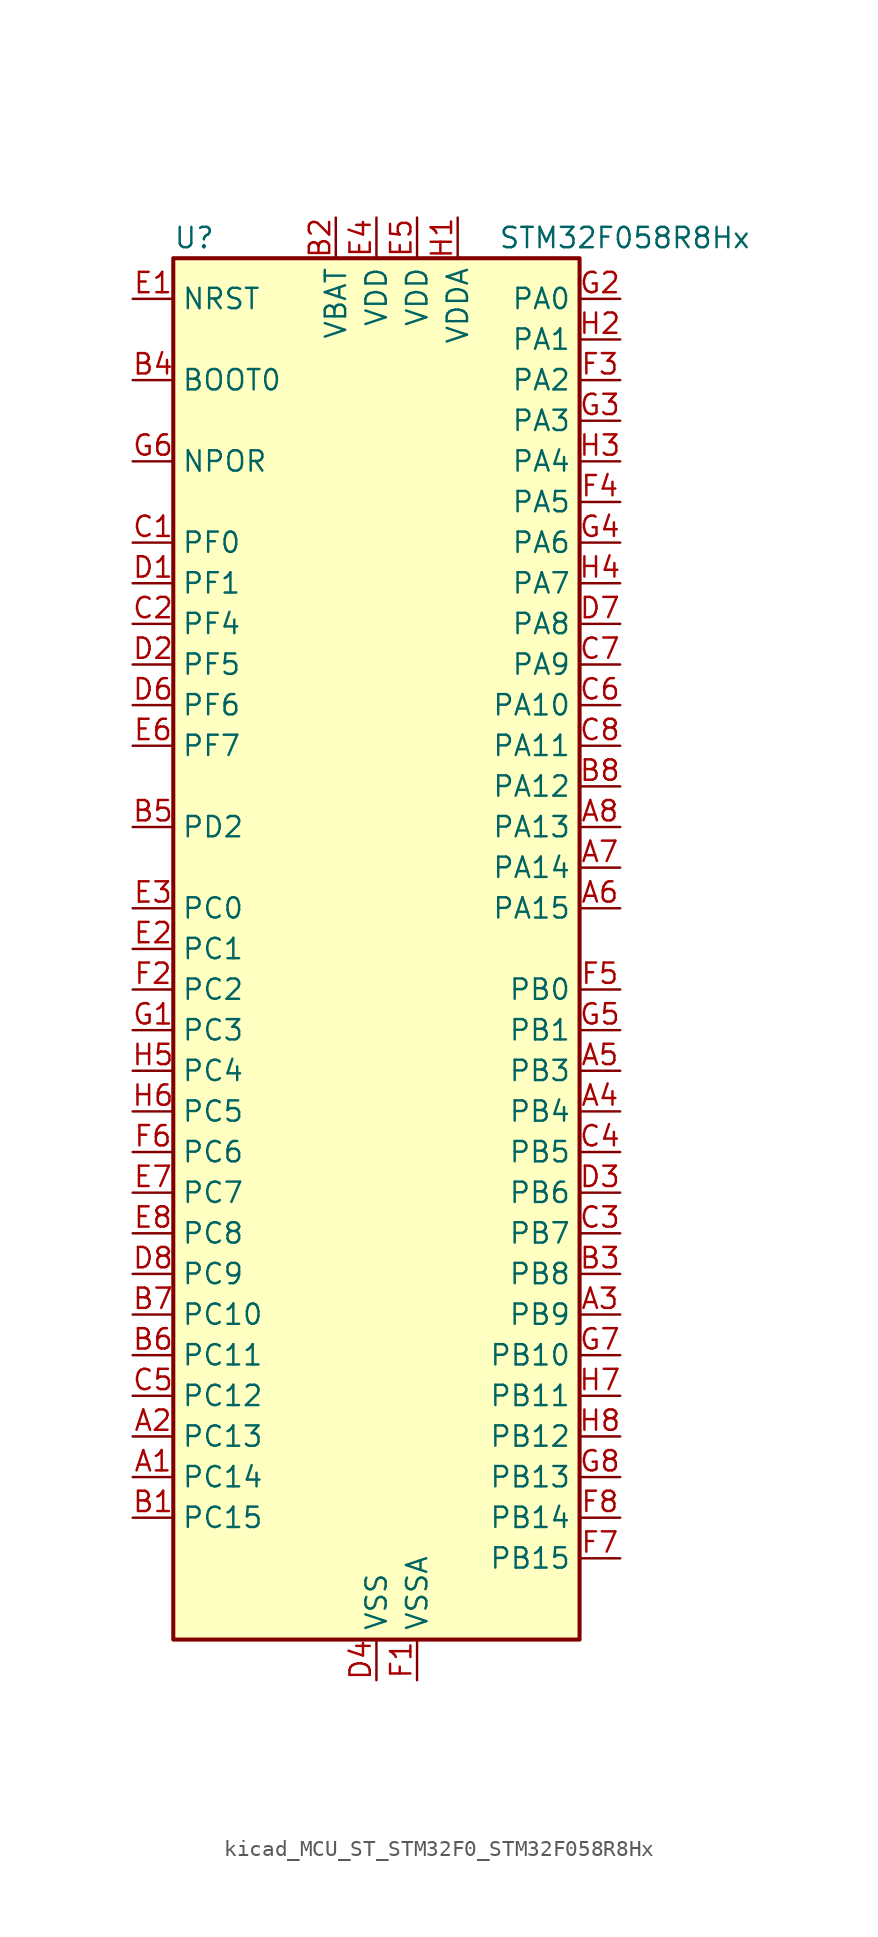
<source format=kicad_sym>
(kicad_symbol_lib
  (version 20220914)
  (generator kicad_symbol_editor)
  (symbol "kicad_MCU_ST_STM32F0_STM32F058R8Hx"
    (property "Reference" "U"
      (at -12.7 44.45 0)
      (effects (font (size 1.27 1.27)) (justify left)))
    (property "Value" "STM32F058R8Hx"
      (at 7.62 44.45 0)
      (effects (font (size 1.27 1.27)) (justify left)))
    (property "ki_locked" ""
      (at 0 0 0)
      (effects (font (size 1.27 1.27))))
    (symbol "kicad_MCU_ST_STM32F0_STM32F058R8Hx_0_1"
      (rectangle (start -12.7 -43.18) (end 12.7 43.18) (stroke (width 0.254) (type default)) (fill (type background))))
    (symbol "kicad_MCU_ST_STM32F0_STM32F058R8Hx_1_1"
      (pin bidirectional line (at -15.24 -33.02 0) (length 2.54) (name "PC14" (effects (font (size 1.27 1.27)))) (number "A1" (effects (font (size 1.27 1.27)))) (alternate "RCC_OSC32_IN" bidirectional line))
      (pin bidirectional line (at -15.24 -30.48 0) (length 2.54) (name "PC13" (effects (font (size 1.27 1.27)))) (number "A2" (effects (font (size 1.27 1.27)))) (alternate "RTC_OUT_ALARM" bidirectional line) (alternate "RTC_OUT_CALIB" bidirectional line) (alternate "RTC_TAMP1" bidirectional line) (alternate "RTC_TS" bidirectional line) (alternate "SYS_WKUP2" bidirectional line))
      (pin bidirectional line (at 15.24 -22.86 180) (length 2.54) (name "PB9" (effects (font (size 1.27 1.27)))) (number "A3" (effects (font (size 1.27 1.27)))) (alternate "DAC1_EXTI9" bidirectional line) (alternate "I2C1_SDA" bidirectional line) (alternate "IR_OUT" bidirectional line) (alternate "TIM17_CH1" bidirectional line))
      (pin bidirectional line (at 15.24 -10.16 180) (length 2.54) (name "PB4" (effects (font (size 1.27 1.27)))) (number "A4" (effects (font (size 1.27 1.27)))) (alternate "I2S1_MCK" bidirectional line) (alternate "SPI1_MISO" bidirectional line) (alternate "TIM3_CH1" bidirectional line) (alternate "TSC_G5_IO2" bidirectional line))
      (pin bidirectional line (at 15.24 -7.62 180) (length 2.54) (name "PB3" (effects (font (size 1.27 1.27)))) (number "A5" (effects (font (size 1.27 1.27)))) (alternate "I2S1_CK" bidirectional line) (alternate "SPI1_SCK" bidirectional line) (alternate "TIM2_CH2" bidirectional line) (alternate "TSC_G5_IO1" bidirectional line))
      (pin bidirectional line (at 15.24 2.54 180) (length 2.54) (name "PA15" (effects (font (size 1.27 1.27)))) (number "A6" (effects (font (size 1.27 1.27)))) (alternate "I2S1_WS" bidirectional line) (alternate "SPI1_NSS" bidirectional line) (alternate "TIM2_CH1" bidirectional line) (alternate "TIM2_ETR" bidirectional line) (alternate "USART2_RX" bidirectional line))
      (pin bidirectional line (at 15.24 5.08 180) (length 2.54) (name "PA14" (effects (font (size 1.27 1.27)))) (number "A7" (effects (font (size 1.27 1.27)))) (alternate "SYS_SWCLK" bidirectional line) (alternate "USART2_TX" bidirectional line))
      (pin bidirectional line (at 15.24 7.62 180) (length 2.54) (name "PA13" (effects (font (size 1.27 1.27)))) (number "A8" (effects (font (size 1.27 1.27)))) (alternate "IR_OUT" bidirectional line) (alternate "SYS_SWDIO" bidirectional line))
      (pin bidirectional line (at -15.24 -35.56 0) (length 2.54) (name "PC15" (effects (font (size 1.27 1.27)))) (number "B1" (effects (font (size 1.27 1.27)))) (alternate "RCC_OSC32_OUT" bidirectional line))
      (pin power_in line (at -2.54 45.72 270) (length 2.54) (name "VBAT" (effects (font (size 1.27 1.27)))) (number "B2" (effects (font (size 1.27 1.27)))))
      (pin bidirectional line (at 15.24 -20.32 180) (length 2.54) (name "PB8" (effects (font (size 1.27 1.27)))) (number "B3" (effects (font (size 1.27 1.27)))) (alternate "CEC" bidirectional line) (alternate "I2C1_SCL" bidirectional line) (alternate "TIM16_CH1" bidirectional line) (alternate "TSC_SYNC" bidirectional line))
      (pin input line (at -15.24 35.56 0) (length 2.54) (name "BOOT0" (effects (font (size 1.27 1.27)))) (number "B4" (effects (font (size 1.27 1.27)))))
      (pin bidirectional line (at -15.24 7.62 0) (length 2.54) (name "PD2" (effects (font (size 1.27 1.27)))) (number "B5" (effects (font (size 1.27 1.27)))) (alternate "TIM3_ETR" bidirectional line))
      (pin bidirectional line (at -15.24 -25.4 0) (length 2.54) (name "PC11" (effects (font (size 1.27 1.27)))) (number "B6" (effects (font (size 1.27 1.27)))))
      (pin bidirectional line (at -15.24 -22.86 0) (length 2.54) (name "PC10" (effects (font (size 1.27 1.27)))) (number "B7" (effects (font (size 1.27 1.27)))))
      (pin bidirectional line (at 15.24 10.16 180) (length 2.54) (name "PA12" (effects (font (size 1.27 1.27)))) (number "B8" (effects (font (size 1.27 1.27)))) (alternate "COMP2_OUT" bidirectional line) (alternate "TIM1_ETR" bidirectional line) (alternate "TSC_G4_IO4" bidirectional line) (alternate "USART1_DE" bidirectional line) (alternate "USART1_RTS" bidirectional line))
      (pin bidirectional line (at -15.24 25.4 0) (length 2.54) (name "PF0" (effects (font (size 1.27 1.27)))) (number "C1" (effects (font (size 1.27 1.27)))) (alternate "RCC_OSC_IN" bidirectional line))
      (pin bidirectional line (at -15.24 20.32 0) (length 2.54) (name "PF4" (effects (font (size 1.27 1.27)))) (number "C2" (effects (font (size 1.27 1.27)))))
      (pin bidirectional line (at 15.24 -17.78 180) (length 2.54) (name "PB7" (effects (font (size 1.27 1.27)))) (number "C3" (effects (font (size 1.27 1.27)))) (alternate "I2C1_SDA" bidirectional line) (alternate "TIM17_CH1N" bidirectional line) (alternate "TSC_G5_IO4" bidirectional line) (alternate "USART1_RX" bidirectional line))
      (pin bidirectional line (at 15.24 -12.7 180) (length 2.54) (name "PB5" (effects (font (size 1.27 1.27)))) (number "C4" (effects (font (size 1.27 1.27)))) (alternate "I2C1_SMBA" bidirectional line) (alternate "I2S1_SD" bidirectional line) (alternate "SPI1_MOSI" bidirectional line) (alternate "TIM16_BKIN" bidirectional line) (alternate "TIM3_CH2" bidirectional line))
      (pin bidirectional line (at -15.24 -27.94 0) (length 2.54) (name "PC12" (effects (font (size 1.27 1.27)))) (number "C5" (effects (font (size 1.27 1.27)))))
      (pin bidirectional line (at 15.24 15.24 180) (length 2.54) (name "PA10" (effects (font (size 1.27 1.27)))) (number "C6" (effects (font (size 1.27 1.27)))) (alternate "TIM17_BKIN" bidirectional line) (alternate "TIM1_CH3" bidirectional line) (alternate "TSC_G4_IO2" bidirectional line) (alternate "USART1_RX" bidirectional line))
      (pin bidirectional line (at 15.24 17.78 180) (length 2.54) (name "PA9" (effects (font (size 1.27 1.27)))) (number "C7" (effects (font (size 1.27 1.27)))) (alternate "DAC1_EXTI9" bidirectional line) (alternate "TIM15_BKIN" bidirectional line) (alternate "TIM1_CH2" bidirectional line) (alternate "TSC_G4_IO1" bidirectional line) (alternate "USART1_TX" bidirectional line))
      (pin bidirectional line (at 15.24 12.7 180) (length 2.54) (name "PA11" (effects (font (size 1.27 1.27)))) (number "C8" (effects (font (size 1.27 1.27)))) (alternate "COMP1_OUT" bidirectional line) (alternate "TIM1_CH4" bidirectional line) (alternate "TSC_G4_IO3" bidirectional line) (alternate "USART1_CTS" bidirectional line))
      (pin bidirectional line (at -15.24 22.86 0) (length 2.54) (name "PF1" (effects (font (size 1.27 1.27)))) (number "D1" (effects (font (size 1.27 1.27)))) (alternate "RCC_OSC_OUT" bidirectional line))
      (pin bidirectional line (at -15.24 17.78 0) (length 2.54) (name "PF5" (effects (font (size 1.27 1.27)))) (number "D2" (effects (font (size 1.27 1.27)))))
      (pin bidirectional line (at 15.24 -15.24 180) (length 2.54) (name "PB6" (effects (font (size 1.27 1.27)))) (number "D3" (effects (font (size 1.27 1.27)))) (alternate "I2C1_SCL" bidirectional line) (alternate "TIM16_CH1N" bidirectional line) (alternate "TSC_G5_IO3" bidirectional line) (alternate "USART1_TX" bidirectional line))
      (pin power_in line (at 0 -45.72 90) (length 2.54) (name "VSS" (effects (font (size 1.27 1.27)))) (number "D4" (effects (font (size 1.27 1.27)))))
      (pin passive line (at 0 -45.72 90) (length 2.54) hide (name "VSS" (effects (font (size 1.27 1.27)))) (number "D5" (effects (font (size 1.27 1.27)))))
      (pin bidirectional line (at -15.24 15.24 0) (length 2.54) (name "PF6" (effects (font (size 1.27 1.27)))) (number "D6" (effects (font (size 1.27 1.27)))) (alternate "I2C2_SCL" bidirectional line))
      (pin bidirectional line (at 15.24 20.32 180) (length 2.54) (name "PA8" (effects (font (size 1.27 1.27)))) (number "D7" (effects (font (size 1.27 1.27)))) (alternate "RCC_MCO" bidirectional line) (alternate "TIM1_CH1" bidirectional line) (alternate "USART1_CK" bidirectional line))
      (pin bidirectional line (at -15.24 -20.32 0) (length 2.54) (name "PC9" (effects (font (size 1.27 1.27)))) (number "D8" (effects (font (size 1.27 1.27)))) (alternate "DAC1_EXTI9" bidirectional line) (alternate "TIM3_CH4" bidirectional line))
      (pin input line (at -15.24 40.64 0) (length 2.54) (name "NRST" (effects (font (size 1.27 1.27)))) (number "E1" (effects (font (size 1.27 1.27)))))
      (pin bidirectional line (at -15.24 0 0) (length 2.54) (name "PC1" (effects (font (size 1.27 1.27)))) (number "E2" (effects (font (size 1.27 1.27)))) (alternate "ADC_IN11" bidirectional line))
      (pin bidirectional line (at -15.24 2.54 0) (length 2.54) (name "PC0" (effects (font (size 1.27 1.27)))) (number "E3" (effects (font (size 1.27 1.27)))) (alternate "ADC_IN10" bidirectional line))
      (pin power_in line (at 0 45.72 270) (length 2.54) (name "VDD" (effects (font (size 1.27 1.27)))) (number "E4" (effects (font (size 1.27 1.27)))))
      (pin power_in line (at 2.54 45.72 270) (length 2.54) (name "VDD" (effects (font (size 1.27 1.27)))) (number "E5" (effects (font (size 1.27 1.27)))))
      (pin bidirectional line (at -15.24 12.7 0) (length 2.54) (name "PF7" (effects (font (size 1.27 1.27)))) (number "E6" (effects (font (size 1.27 1.27)))) (alternate "I2C2_SDA" bidirectional line))
      (pin bidirectional line (at -15.24 -15.24 0) (length 2.54) (name "PC7" (effects (font (size 1.27 1.27)))) (number "E7" (effects (font (size 1.27 1.27)))) (alternate "TIM3_CH2" bidirectional line))
      (pin bidirectional line (at -15.24 -17.78 0) (length 2.54) (name "PC8" (effects (font (size 1.27 1.27)))) (number "E8" (effects (font (size 1.27 1.27)))) (alternate "TIM3_CH3" bidirectional line))
      (pin power_in line (at 2.54 -45.72 90) (length 2.54) (name "VSSA" (effects (font (size 1.27 1.27)))) (number "F1" (effects (font (size 1.27 1.27)))))
      (pin bidirectional line (at -15.24 -2.54 0) (length 2.54) (name "PC2" (effects (font (size 1.27 1.27)))) (number "F2" (effects (font (size 1.27 1.27)))) (alternate "ADC_IN12" bidirectional line))
      (pin bidirectional line (at 15.24 35.56 180) (length 2.54) (name "PA2" (effects (font (size 1.27 1.27)))) (number "F3" (effects (font (size 1.27 1.27)))) (alternate "ADC_IN2" bidirectional line) (alternate "COMP2_INM" bidirectional line) (alternate "COMP2_OUT" bidirectional line) (alternate "TIM15_CH1" bidirectional line) (alternate "TIM2_CH3" bidirectional line) (alternate "TSC_G1_IO3" bidirectional line) (alternate "USART2_TX" bidirectional line))
      (pin bidirectional line (at 15.24 27.94 180) (length 2.54) (name "PA5" (effects (font (size 1.27 1.27)))) (number "F4" (effects (font (size 1.27 1.27)))) (alternate "ADC_IN5" bidirectional line) (alternate "CEC" bidirectional line) (alternate "COMP1_INM" bidirectional line) (alternate "COMP2_INM" bidirectional line) (alternate "I2S1_CK" bidirectional line) (alternate "SPI1_SCK" bidirectional line) (alternate "TIM2_CH1" bidirectional line) (alternate "TIM2_ETR" bidirectional line) (alternate "TSC_G2_IO2" bidirectional line))
      (pin bidirectional line (at 15.24 -2.54 180) (length 2.54) (name "PB0" (effects (font (size 1.27 1.27)))) (number "F5" (effects (font (size 1.27 1.27)))) (alternate "ADC_IN8" bidirectional line) (alternate "TIM1_CH2N" bidirectional line) (alternate "TIM3_CH3" bidirectional line) (alternate "TSC_G3_IO2" bidirectional line))
      (pin bidirectional line (at -15.24 -12.7 0) (length 2.54) (name "PC6" (effects (font (size 1.27 1.27)))) (number "F6" (effects (font (size 1.27 1.27)))) (alternate "TIM3_CH1" bidirectional line))
      (pin bidirectional line (at 15.24 -38.1 180) (length 2.54) (name "PB15" (effects (font (size 1.27 1.27)))) (number "F7" (effects (font (size 1.27 1.27)))) (alternate "RTC_REFIN" bidirectional line) (alternate "SPI2_MOSI" bidirectional line) (alternate "TIM15_CH1N" bidirectional line) (alternate "TIM15_CH2" bidirectional line) (alternate "TIM1_CH3N" bidirectional line))
      (pin bidirectional line (at 15.24 -35.56 180) (length 2.54) (name "PB14" (effects (font (size 1.27 1.27)))) (number "F8" (effects (font (size 1.27 1.27)))) (alternate "SPI2_MISO" bidirectional line) (alternate "TIM15_CH1" bidirectional line) (alternate "TIM1_CH2N" bidirectional line) (alternate "TSC_G6_IO4" bidirectional line))
      (pin bidirectional line (at -15.24 -5.08 0) (length 2.54) (name "PC3" (effects (font (size 1.27 1.27)))) (number "G1" (effects (font (size 1.27 1.27)))) (alternate "ADC_IN13" bidirectional line))
      (pin bidirectional line (at 15.24 40.64 180) (length 2.54) (name "PA0" (effects (font (size 1.27 1.27)))) (number "G2" (effects (font (size 1.27 1.27)))) (alternate "ADC_IN0" bidirectional line) (alternate "COMP1_INM" bidirectional line) (alternate "COMP1_OUT" bidirectional line) (alternate "RTC_TAMP2" bidirectional line) (alternate "SYS_WKUP1" bidirectional line) (alternate "TIM2_CH1" bidirectional line) (alternate "TIM2_ETR" bidirectional line) (alternate "TSC_G1_IO1" bidirectional line) (alternate "USART2_CTS" bidirectional line))
      (pin bidirectional line (at 15.24 33.02 180) (length 2.54) (name "PA3" (effects (font (size 1.27 1.27)))) (number "G3" (effects (font (size 1.27 1.27)))) (alternate "ADC_IN3" bidirectional line) (alternate "COMP2_INP" bidirectional line) (alternate "TIM15_CH2" bidirectional line) (alternate "TIM2_CH4" bidirectional line) (alternate "TSC_G1_IO4" bidirectional line) (alternate "USART2_RX" bidirectional line))
      (pin bidirectional line (at 15.24 25.4 180) (length 2.54) (name "PA6" (effects (font (size 1.27 1.27)))) (number "G4" (effects (font (size 1.27 1.27)))) (alternate "ADC_IN6" bidirectional line) (alternate "COMP1_OUT" bidirectional line) (alternate "I2S1_MCK" bidirectional line) (alternate "SPI1_MISO" bidirectional line) (alternate "TIM16_CH1" bidirectional line) (alternate "TIM1_BKIN" bidirectional line) (alternate "TIM3_CH1" bidirectional line) (alternate "TSC_G2_IO3" bidirectional line))
      (pin bidirectional line (at 15.24 -5.08 180) (length 2.54) (name "PB1" (effects (font (size 1.27 1.27)))) (number "G5" (effects (font (size 1.27 1.27)))) (alternate "ADC_IN9" bidirectional line) (alternate "TIM14_CH1" bidirectional line) (alternate "TIM1_CH3N" bidirectional line) (alternate "TIM3_CH4" bidirectional line) (alternate "TSC_G3_IO3" bidirectional line))
      (pin input line (at -15.24 30.48 0) (length 2.54) (name "NPOR" (effects (font (size 1.27 1.27)))) (number "G6" (effects (font (size 1.27 1.27)))))
      (pin bidirectional line (at 15.24 -25.4 180) (length 2.54) (name "PB10" (effects (font (size 1.27 1.27)))) (number "G7" (effects (font (size 1.27 1.27)))) (alternate "CEC" bidirectional line) (alternate "I2C2_SCL" bidirectional line) (alternate "TIM2_CH3" bidirectional line) (alternate "TSC_SYNC" bidirectional line))
      (pin bidirectional line (at 15.24 -33.02 180) (length 2.54) (name "PB13" (effects (font (size 1.27 1.27)))) (number "G8" (effects (font (size 1.27 1.27)))) (alternate "SPI2_SCK" bidirectional line) (alternate "TIM1_CH1N" bidirectional line) (alternate "TSC_G6_IO3" bidirectional line))
      (pin power_in line (at 5.08 45.72 270) (length 2.54) (name "VDDA" (effects (font (size 1.27 1.27)))) (number "H1" (effects (font (size 1.27 1.27)))))
      (pin bidirectional line (at 15.24 38.1 180) (length 2.54) (name "PA1" (effects (font (size 1.27 1.27)))) (number "H2" (effects (font (size 1.27 1.27)))) (alternate "ADC_IN1" bidirectional line) (alternate "COMP1_INP" bidirectional line) (alternate "TIM2_CH2" bidirectional line) (alternate "TSC_G1_IO2" bidirectional line) (alternate "USART2_DE" bidirectional line) (alternate "USART2_RTS" bidirectional line))
      (pin bidirectional line (at 15.24 30.48 180) (length 2.54) (name "PA4" (effects (font (size 1.27 1.27)))) (number "H3" (effects (font (size 1.27 1.27)))) (alternate "ADC_IN4" bidirectional line) (alternate "COMP1_INM" bidirectional line) (alternate "COMP2_INM" bidirectional line) (alternate "DAC1_OUT1" bidirectional line) (alternate "I2S1_WS" bidirectional line) (alternate "SPI1_NSS" bidirectional line) (alternate "TIM14_CH1" bidirectional line) (alternate "TSC_G2_IO1" bidirectional line) (alternate "USART2_CK" bidirectional line))
      (pin bidirectional line (at 15.24 22.86 180) (length 2.54) (name "PA7" (effects (font (size 1.27 1.27)))) (number "H4" (effects (font (size 1.27 1.27)))) (alternate "ADC_IN7" bidirectional line) (alternate "COMP2_OUT" bidirectional line) (alternate "I2S1_SD" bidirectional line) (alternate "SPI1_MOSI" bidirectional line) (alternate "TIM14_CH1" bidirectional line) (alternate "TIM17_CH1" bidirectional line) (alternate "TIM1_CH1N" bidirectional line) (alternate "TIM3_CH2" bidirectional line) (alternate "TSC_G2_IO4" bidirectional line))
      (pin bidirectional line (at -15.24 -7.62 0) (length 2.54) (name "PC4" (effects (font (size 1.27 1.27)))) (number "H5" (effects (font (size 1.27 1.27)))) (alternate "ADC_IN14" bidirectional line))
      (pin bidirectional line (at -15.24 -10.16 0) (length 2.54) (name "PC5" (effects (font (size 1.27 1.27)))) (number "H6" (effects (font (size 1.27 1.27)))) (alternate "ADC_IN15" bidirectional line) (alternate "TSC_G3_IO1" bidirectional line))
      (pin bidirectional line (at 15.24 -27.94 180) (length 2.54) (name "PB11" (effects (font (size 1.27 1.27)))) (number "H7" (effects (font (size 1.27 1.27)))) (alternate "I2C2_SDA" bidirectional line) (alternate "TIM2_CH4" bidirectional line) (alternate "TSC_G6_IO1" bidirectional line))
      (pin bidirectional line (at 15.24 -30.48 180) (length 2.54) (name "PB12" (effects (font (size 1.27 1.27)))) (number "H8" (effects (font (size 1.27 1.27)))) (alternate "SPI2_NSS" bidirectional line) (alternate "TIM1_BKIN" bidirectional line) (alternate "TSC_G6_IO2" bidirectional line)))))
</source>
